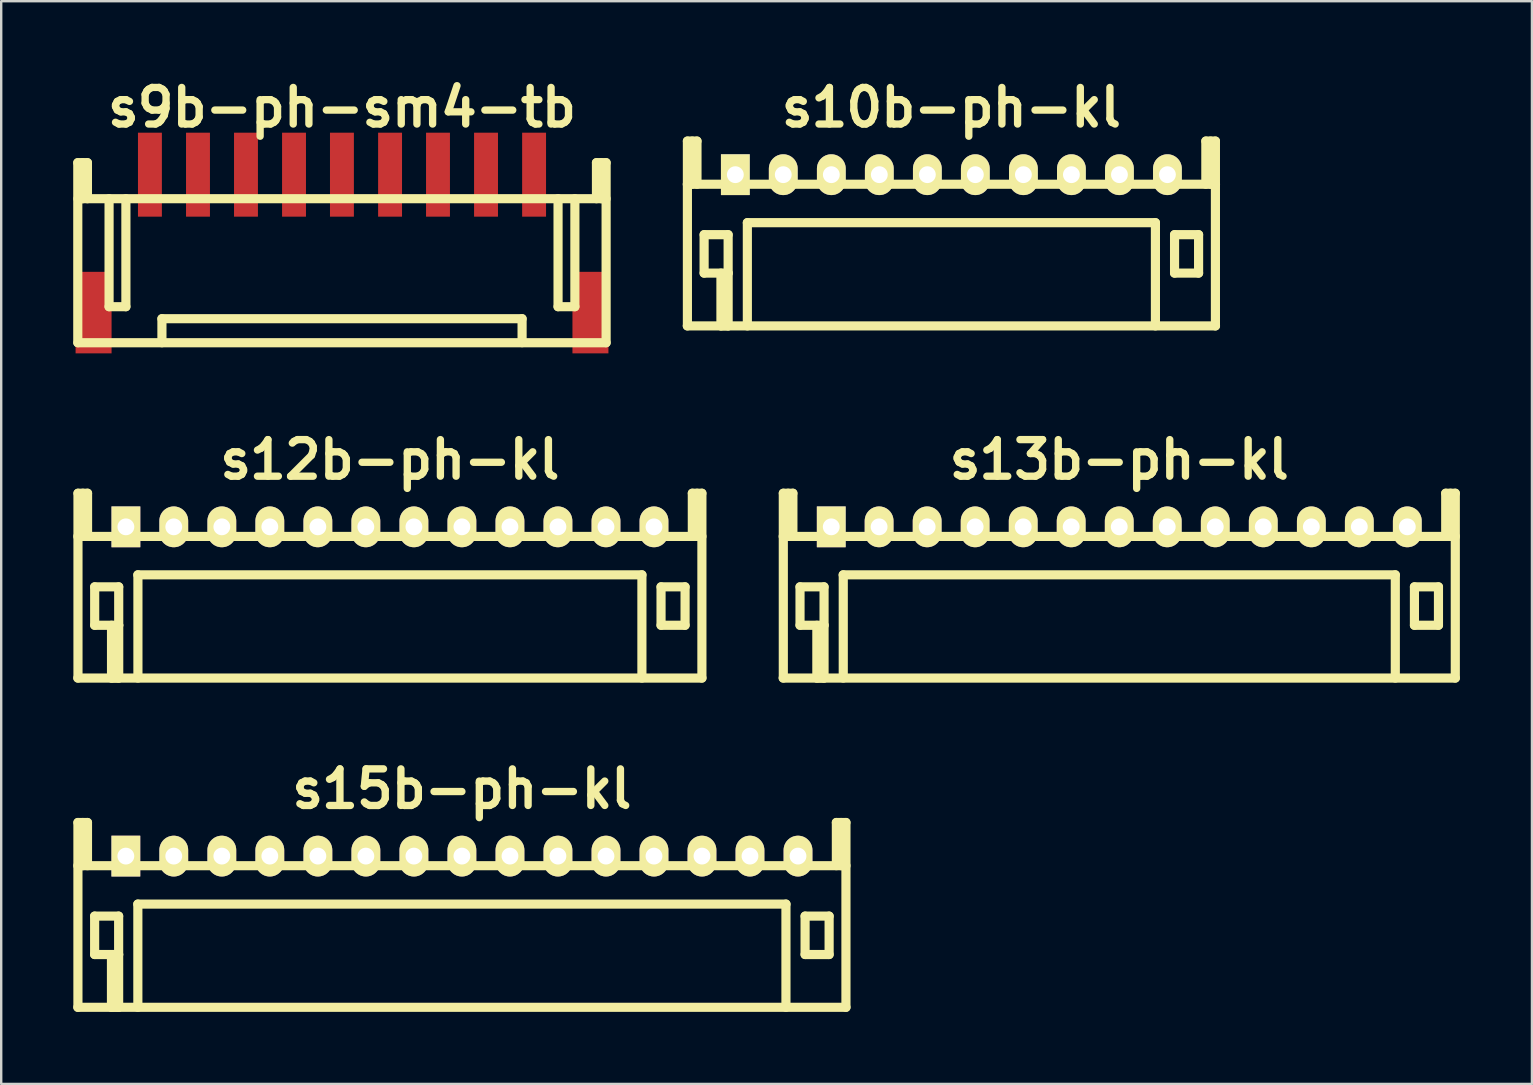
<source format=kicad_pcb>
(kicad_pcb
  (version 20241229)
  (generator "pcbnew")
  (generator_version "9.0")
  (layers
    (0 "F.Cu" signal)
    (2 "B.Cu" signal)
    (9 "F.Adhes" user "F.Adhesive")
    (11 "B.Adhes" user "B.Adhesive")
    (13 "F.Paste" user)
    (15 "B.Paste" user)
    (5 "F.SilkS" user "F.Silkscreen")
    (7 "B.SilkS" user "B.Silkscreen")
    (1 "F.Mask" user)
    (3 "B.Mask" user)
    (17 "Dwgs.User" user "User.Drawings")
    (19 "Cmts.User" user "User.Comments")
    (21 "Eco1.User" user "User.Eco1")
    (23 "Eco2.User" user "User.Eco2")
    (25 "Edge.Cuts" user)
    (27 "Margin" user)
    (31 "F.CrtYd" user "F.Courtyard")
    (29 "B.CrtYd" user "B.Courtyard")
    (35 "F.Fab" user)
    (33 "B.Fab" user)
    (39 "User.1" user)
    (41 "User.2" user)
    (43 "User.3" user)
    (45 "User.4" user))
  (footprint "s9b-ph-sm4-tb"
    (layer "F.Cu")
    (at 11.196 4.226)
    (property "Reference" "s9b-ph-sm4-tb" (at 0 -2.799 0) (layer "F.SilkS") (effects (font (size 1.524 1.524) (thickness 0.305))))
    (attr through_hole)
    (fp_line (start -11.006 7) (end -11.006 -0.5) (stroke (width 0.381) (type solid)) (layer "F.SilkS"))
    (fp_line (start -11.001 7) (end 11.001 7) (stroke (width 0.381) (type solid)) (layer "F.SilkS"))
    (fp_line (start -10.805 -0.5) (end -10.805 1.001) (stroke (width 0.381) (type solid)) (layer "F.SilkS"))
    (fp_line (start -10.604 -0.5) (end -11.006 -0.5) (stroke (width 0.381) (type solid)) (layer "F.SilkS"))
    (fp_line (start -10.604 1.001) (end -10.604 -0.5) (stroke (width 0.381) (type solid)) (layer "F.SilkS"))
    (fp_line (start -9.703 5.499) (end -9.703 1.001) (stroke (width 0.381) (type solid)) (layer "F.SilkS"))
    (fp_line (start -9.002 1.001) (end -9.002 5.499) (stroke (width 0.381) (type solid)) (layer "F.SilkS"))
    (fp_line (start -9.002 5.499) (end -9.703 5.499) (stroke (width 0.381) (type solid)) (layer "F.SilkS"))
    (fp_line (start -7.501 7) (end -7.501 5.999) (stroke (width 0.381) (type solid)) (layer "F.SilkS"))
    (fp_line (start 7.501 5.999) (end -7.501 5.999) (stroke (width 0.381) (type solid)) (layer "F.SilkS"))
    (fp_line (start 7.501 5.999) (end 7.501 6.998) (stroke (width 0.381) (type solid)) (layer "F.SilkS"))
    (fp_line (start 8.999 1.001) (end 8.999 5.499) (stroke (width 0.381) (type solid)) (layer "F.SilkS"))
    (fp_line (start 8.999 5.499) (end 9.7 5.499) (stroke (width 0.381) (type solid)) (layer "F.SilkS"))
    (fp_line (start 9.7 5.499) (end 9.7 1.001) (stroke (width 0.381) (type solid)) (layer "F.SilkS"))
    (fp_line (start 10.599 -0.5) (end 10.599 1.001) (stroke (width 0.381) (type solid)) (layer "F.SilkS"))
    (fp_line (start 10.8 1.001) (end 10.8 -0.5) (stroke (width 0.381) (type solid)) (layer "F.SilkS"))
    (fp_line (start 11.001 -0.5) (end 10.599 -0.5) (stroke (width 0.381) (type solid)) (layer "F.SilkS"))
    (fp_line (start 11.001 -0.5) (end 11.001 7) (stroke (width 0.381) (type solid)) (layer "F.SilkS"))
    (fp_line (start 11.001 1.001) (end -11.001 1.001) (stroke (width 0.381) (type solid)) (layer "F.SilkS"))
    (pad "" smd rect (at -10.348 5.745) (size 1.499 3.396) (layers "F.Cu" "F.Mask" "F.Paste"))
    (pad "" smd rect (at 10.348 5.745) (size 1.499 3.396) (layers "F.Cu" "F.Mask" "F.Paste"))
    (pad "1" smd rect (at -8.001 0) (size 0.996 3.498) (layers "F.Cu" "F.Mask" "F.Paste"))
    (pad "2" smd rect (at -5.999 0) (size 0.996 3.498) (layers "F.Cu" "F.Mask" "F.Paste"))
    (pad "3" smd rect (at -4 0) (size 0.996 3.498) (layers "F.Cu" "F.Mask" "F.Paste"))
    (pad "4" smd rect (at -1.999 0) (size 0.996 3.498) (layers "F.Cu" "F.Mask" "F.Paste"))
    (pad "5" smd rect (at -0.003 0) (size 0.996 3.498) (layers "F.Cu" "F.Mask" "F.Paste"))
    (pad "6" smd rect (at 2.002 0) (size 0.996 3.498) (layers "F.Cu" "F.Mask" "F.Paste"))
    (pad "7" smd rect (at 3.998 0) (size 0.996 3.498) (layers "F.Cu" "F.Mask" "F.Paste"))
    (pad "8" smd rect (at 5.999 0) (size 0.996 3.498) (layers "F.Cu" "F.Mask" "F.Paste"))
    (pad "9" smd rect (at 8.001 0) (size 0.996 3.498) (layers "F.Cu" "F.Mask" "F.Paste")))
  (footprint "s12b-ph-kl"
    (layer "F.Cu")
    (at 13.19 18.895)
    (property "Reference" "s12b-ph-kl" (at 0 -2.799 0) (layer "F.SilkS") (effects (font (size 1.524 1.524) (thickness 0.305))))
    (attr through_hole)
    (fp_line (start -13 0.399) (end 13 0.399) (stroke (width 0.381) (type solid)) (layer "F.SilkS"))
    (fp_line (start -13 6.299) (end 13 6.299) (stroke (width 0.381) (type solid)) (layer "F.SilkS"))
    (fp_line (start -12.992 -1.4) (end -12.992 6.299) (stroke (width 0.381) (type solid)) (layer "F.SilkS"))
    (fp_line (start -12.791 -1.4) (end -12.791 0.399) (stroke (width 0.381) (type solid)) (layer "F.SilkS"))
    (fp_line (start -12.593 -1.4) (end -12.992 -1.4) (stroke (width 0.381) (type solid)) (layer "F.SilkS"))
    (fp_line (start -12.593 0.399) (end -12.593 -1.4) (stroke (width 0.381) (type solid)) (layer "F.SilkS"))
    (fp_line (start -12.296 2.499) (end -11.295 2.499) (stroke (width 0.381) (type solid)) (layer "F.SilkS"))
    (fp_line (start -12.296 4.1) (end -12.296 2.499) (stroke (width 0.381) (type solid)) (layer "F.SilkS"))
    (fp_line (start -11.595 6.299) (end -11.595 4.1) (stroke (width 0.381) (type solid)) (layer "F.SilkS"))
    (fp_line (start -11.295 2.499) (end -11.295 4.1) (stroke (width 0.381) (type solid)) (layer "F.SilkS"))
    (fp_line (start -11.295 4.1) (end -12.296 4.1) (stroke (width 0.381) (type solid)) (layer "F.SilkS"))
    (fp_line (start -11.295 4.1) (end -11.295 6.299) (stroke (width 0.381) (type solid)) (layer "F.SilkS"))
    (fp_line (start -11.295 6.299) (end -11.595 6.299) (stroke (width 0.381) (type solid)) (layer "F.SilkS"))
    (fp_line (start -10.495 1.999) (end -10.495 6.299) (stroke (width 0.381) (type solid)) (layer "F.SilkS"))
    (fp_line (start 10.498 1.999) (end 10.498 6.299) (stroke (width 0.381) (type solid)) (layer "F.SilkS"))
    (fp_line (start 10.5 1.999) (end -10.5 1.999) (stroke (width 0.381) (type solid)) (layer "F.SilkS"))
    (fp_line (start 11.295 2.499) (end 12.296 2.499) (stroke (width 0.381) (type solid)) (layer "F.SilkS"))
    (fp_line (start 11.295 4.1) (end 11.295 2.499) (stroke (width 0.381) (type solid)) (layer "F.SilkS"))
    (fp_line (start 12.296 2.499) (end 12.296 4.1) (stroke (width 0.381) (type solid)) (layer "F.SilkS"))
    (fp_line (start 12.296 4.1) (end 11.295 4.1) (stroke (width 0.381) (type solid)) (layer "F.SilkS"))
    (fp_line (start 12.598 -1.4) (end 12.598 0.399) (stroke (width 0.381) (type solid)) (layer "F.SilkS"))
    (fp_line (start 12.797 -1.4) (end 12.797 0.399) (stroke (width 0.381) (type solid)) (layer "F.SilkS"))
    (fp_line (start 12.997 -1.4) (end 12.598 -1.4) (stroke (width 0.381) (type solid)) (layer "F.SilkS"))
    (fp_line (start 12.997 6.299) (end 12.997 -1.4) (stroke (width 0.381) (type solid)) (layer "F.SilkS"))
    (pad "1" thru_hole rect (at -10.996 0) (size 1.199 1.699) (drill 0.701) (layers "*.Cu" "*.Mask" "F.SilkS"))
    (pad "2" thru_hole oval (at -9.002 0) (size 1.199 1.699) (drill 0.701) (layers "*.Cu" "*.Mask" "F.SilkS"))
    (pad "3" thru_hole oval (at -7 0) (size 1.199 1.699) (drill 0.701) (layers "*.Cu" "*.Mask" "F.SilkS"))
    (pad "4" thru_hole oval (at -5.001 0) (size 1.199 1.699) (drill 0.701) (layers "*.Cu" "*.Mask" "F.SilkS"))
    (pad "5" thru_hole oval (at -3 0) (size 1.199 1.699) (drill 0.701) (layers "*.Cu" "*.Mask" "F.SilkS"))
    (pad "6" thru_hole oval (at -1.001 0) (size 1.199 1.699) (drill 0.701) (layers "*.Cu" "*.Mask" "F.SilkS"))
    (pad "7" thru_hole oval (at 1.001 0) (size 1.199 1.699) (drill 0.701) (layers "*.Cu" "*.Mask" "F.SilkS"))
    (pad "8" thru_hole oval (at 3 0) (size 1.199 1.699) (drill 0.701) (layers "*.Cu" "*.Mask" "F.SilkS"))
    (pad "9" thru_hole oval (at 5.001 0) (size 1.199 1.699) (drill 0.701) (layers "*.Cu" "*.Mask" "F.SilkS"))
    (pad "10" thru_hole oval (at 7 0) (size 1.199 1.699) (drill 0.701) (layers "*.Cu" "*.Mask" "F.SilkS"))
    (pad "11" thru_hole oval (at 9.002 0) (size 1.199 1.699) (drill 0.701) (layers "*.Cu" "*.Mask" "F.SilkS"))
    (pad "12" thru_hole oval (at 11.001 0) (size 1.199 1.699) (drill 0.701) (layers "*.Cu" "*.Mask" "F.SilkS")))
  (footprint "s15b-ph-kl"
    (layer "F.Cu")
    (at 16.19 32.61)
    (property "Reference" "s15b-ph-kl" (at 0 -2.799 0) (layer "F.SilkS") (effects (font (size 1.524 1.524) (thickness 0.305))))
    (attr through_hole)
    (fp_line (start -15.994 -1.4) (end -15.994 6.299) (stroke (width 0.381) (type solid)) (layer "F.SilkS"))
    (fp_line (start -15.794 -1.4) (end -15.794 0.399) (stroke (width 0.381) (type solid)) (layer "F.SilkS"))
    (fp_line (start -15.596 -1.4) (end -15.994 -1.4) (stroke (width 0.381) (type solid)) (layer "F.SilkS"))
    (fp_line (start -15.596 0.399) (end -15.596 -1.4) (stroke (width 0.381) (type solid)) (layer "F.SilkS"))
    (fp_line (start -15.298 2.499) (end -14.298 2.499) (stroke (width 0.381) (type solid)) (layer "F.SilkS"))
    (fp_line (start -15.298 4.1) (end -15.298 2.499) (stroke (width 0.381) (type solid)) (layer "F.SilkS"))
    (fp_line (start -14.597 6.299) (end -14.597 4.1) (stroke (width 0.381) (type solid)) (layer "F.SilkS"))
    (fp_line (start -14.298 2.499) (end -14.298 4.1) (stroke (width 0.381) (type solid)) (layer "F.SilkS"))
    (fp_line (start -14.298 4.1) (end -15.298 4.1) (stroke (width 0.381) (type solid)) (layer "F.SilkS"))
    (fp_line (start -14.298 4.1) (end -14.298 6.299) (stroke (width 0.381) (type solid)) (layer "F.SilkS"))
    (fp_line (start -14.298 6.299) (end -14.597 6.299) (stroke (width 0.381) (type solid)) (layer "F.SilkS"))
    (fp_line (start -13.5 1.999) (end 13.5 1.999) (stroke (width 0.381) (type solid)) (layer "F.SilkS"))
    (fp_line (start -13.498 1.999) (end -13.498 6.299) (stroke (width 0.381) (type solid)) (layer "F.SilkS"))
    (fp_line (start 13.498 1.999) (end 13.498 6.299) (stroke (width 0.381) (type solid)) (layer "F.SilkS"))
    (fp_line (start 14.295 2.499) (end 15.296 2.499) (stroke (width 0.381) (type solid)) (layer "F.SilkS"))
    (fp_line (start 14.295 4.1) (end 14.295 2.499) (stroke (width 0.381) (type solid)) (layer "F.SilkS"))
    (fp_line (start 15.296 2.499) (end 15.296 4.1) (stroke (width 0.381) (type solid)) (layer "F.SilkS"))
    (fp_line (start 15.296 4.1) (end 14.295 4.1) (stroke (width 0.381) (type solid)) (layer "F.SilkS"))
    (fp_line (start 15.598 -1.4) (end 15.598 0.399) (stroke (width 0.381) (type solid)) (layer "F.SilkS"))
    (fp_line (start 15.796 -1.4) (end 15.796 0.399) (stroke (width 0.381) (type solid)) (layer "F.SilkS"))
    (fp_line (start 15.997 -1.4) (end 15.598 -1.4) (stroke (width 0.381) (type solid)) (layer "F.SilkS"))
    (fp_line (start 15.997 6.299) (end 15.997 -1.4) (stroke (width 0.381) (type solid)) (layer "F.SilkS"))
    (fp_line (start 15.999 0.399) (end -15.999 0.399) (stroke (width 0.381) (type solid)) (layer "F.SilkS"))
    (fp_line (start 15.999 6.299) (end -15.999 6.299) (stroke (width 0.381) (type solid)) (layer "F.SilkS"))
    (pad "1" thru_hole rect (at -13.998 0) (size 1.199 1.699) (drill 0.701) (layers "*.Cu" "*.Mask" "F.SilkS"))
    (pad "2" thru_hole oval (at -12.002 0) (size 1.199 1.699) (drill 0.701) (layers "*.Cu" "*.Mask" "F.SilkS"))
    (pad "3" thru_hole oval (at -10 0) (size 1.199 1.699) (drill 0.701) (layers "*.Cu" "*.Mask" "F.SilkS"))
    (pad "4" thru_hole oval (at -8.001 0) (size 1.199 1.699) (drill 0.701) (layers "*.Cu" "*.Mask" "F.SilkS"))
    (pad "5" thru_hole oval (at -5.999 0) (size 1.199 1.699) (drill 0.701) (layers "*.Cu" "*.Mask" "F.SilkS"))
    (pad "6" thru_hole oval (at -4 0) (size 1.199 1.699) (drill 0.701) (layers "*.Cu" "*.Mask" "F.SilkS"))
    (pad "7" thru_hole oval (at -1.999 0) (size 1.199 1.699) (drill 0.701) (layers "*.Cu" "*.Mask" "F.SilkS"))
    (pad "8" thru_hole oval (at 0 0) (size 1.199 1.699) (drill 0.701) (layers "*.Cu" "*.Mask" "F.SilkS"))
    (pad "9" thru_hole oval (at 2.002 0) (size 1.199 1.699) (drill 0.701) (layers "*.Cu" "*.Mask" "F.SilkS"))
    (pad "10" thru_hole oval (at 4 0) (size 1.199 1.699) (drill 0.701) (layers "*.Cu" "*.Mask" "F.SilkS"))
    (pad "11" thru_hole oval (at 6.002 0) (size 1.199 1.699) (drill 0.701) (layers "*.Cu" "*.Mask" "F.SilkS"))
    (pad "12" thru_hole oval (at 8.001 0) (size 1.199 1.699) (drill 0.701) (layers "*.Cu" "*.Mask" "F.SilkS"))
    (pad "13" thru_hole oval (at 10 0) (size 1.199 1.699) (drill 0.701) (layers "*.Cu" "*.Mask" "F.SilkS"))
    (pad "14" thru_hole oval (at 11.999 0) (size 1.199 1.699) (drill 0.701) (layers "*.Cu" "*.Mask" "F.SilkS"))
    (pad "15" thru_hole oval (at 14 0) (size 1.199 1.699) (drill 0.701) (layers "*.Cu" "*.Mask" "F.SilkS")))
  (footprint "s13b-ph-kl"
    (layer "F.Cu")
    (at 43.571 18.895)
    (property "Reference" "s13b-ph-kl" (at 0 -2.799 0) (layer "F.SilkS") (effects (font (size 1.524 1.524) (thickness 0.305))))
    (attr through_hole)
    (fp_line (start -13.993 -1.4) (end -13.993 6.299) (stroke (width 0.381) (type solid)) (layer "F.SilkS"))
    (fp_line (start -13.792 -1.4) (end -13.792 0.399) (stroke (width 0.381) (type solid)) (layer "F.SilkS"))
    (fp_line (start -13.594 -1.4) (end -13.993 -1.4) (stroke (width 0.381) (type solid)) (layer "F.SilkS"))
    (fp_line (start -13.594 0.399) (end -13.594 -1.4) (stroke (width 0.381) (type solid)) (layer "F.SilkS"))
    (fp_line (start -13.297 2.499) (end -12.296 2.499) (stroke (width 0.381) (type solid)) (layer "F.SilkS"))
    (fp_line (start -13.297 4.1) (end -13.297 2.499) (stroke (width 0.381) (type solid)) (layer "F.SilkS"))
    (fp_line (start -12.596 6.299) (end -12.596 4.1) (stroke (width 0.381) (type solid)) (layer "F.SilkS"))
    (fp_line (start -12.296 2.499) (end -12.296 4.1) (stroke (width 0.381) (type solid)) (layer "F.SilkS"))
    (fp_line (start -12.296 4.1) (end -13.297 4.1) (stroke (width 0.381) (type solid)) (layer "F.SilkS"))
    (fp_line (start -12.296 4.1) (end -12.296 6.299) (stroke (width 0.381) (type solid)) (layer "F.SilkS"))
    (fp_line (start -12.296 6.299) (end -12.596 6.299) (stroke (width 0.381) (type solid)) (layer "F.SilkS"))
    (fp_line (start -11.501 1.999) (end 11.501 1.999) (stroke (width 0.381) (type solid)) (layer "F.SilkS"))
    (fp_line (start -11.496 1.999) (end -11.496 6.299) (stroke (width 0.381) (type solid)) (layer "F.SilkS"))
    (fp_line (start 11.499 1.999) (end 11.499 6.299) (stroke (width 0.381) (type solid)) (layer "F.SilkS"))
    (fp_line (start 12.296 2.499) (end 13.297 2.499) (stroke (width 0.381) (type solid)) (layer "F.SilkS"))
    (fp_line (start 12.296 4.1) (end 12.296 2.499) (stroke (width 0.381) (type solid)) (layer "F.SilkS"))
    (fp_line (start 13.297 2.499) (end 13.297 4.1) (stroke (width 0.381) (type solid)) (layer "F.SilkS"))
    (fp_line (start 13.297 4.1) (end 12.296 4.1) (stroke (width 0.381) (type solid)) (layer "F.SilkS"))
    (fp_line (start 13.599 -1.4) (end 13.599 0.399) (stroke (width 0.381) (type solid)) (layer "F.SilkS"))
    (fp_line (start 13.797 -1.4) (end 13.797 0.399) (stroke (width 0.381) (type solid)) (layer "F.SilkS"))
    (fp_line (start 13.998 -1.4) (end 13.599 -1.4) (stroke (width 0.381) (type solid)) (layer "F.SilkS"))
    (fp_line (start 13.998 6.299) (end 13.998 -1.4) (stroke (width 0.381) (type solid)) (layer "F.SilkS"))
    (fp_line (start 14 0.399) (end -14 0.399) (stroke (width 0.381) (type solid)) (layer "F.SilkS"))
    (fp_line (start 14 6.299) (end -14 6.299) (stroke (width 0.381) (type solid)) (layer "F.SilkS"))
    (pad "1" thru_hole rect (at -11.996 0) (size 1.199 1.699) (drill 0.701) (layers "*.Cu" "*.Mask" "F.SilkS"))
    (pad "2" thru_hole oval (at -10.003 0) (size 1.199 1.699) (drill 0.701) (layers "*.Cu" "*.Mask" "F.SilkS"))
    (pad "3" thru_hole oval (at -8.001 0) (size 1.199 1.699) (drill 0.701) (layers "*.Cu" "*.Mask" "F.SilkS"))
    (pad "4" thru_hole oval (at -6.002 0) (size 1.199 1.699) (drill 0.701) (layers "*.Cu" "*.Mask" "F.SilkS"))
    (pad "5" thru_hole oval (at -4 0) (size 1.199 1.699) (drill 0.701) (layers "*.Cu" "*.Mask" "F.SilkS"))
    (pad "6" thru_hole oval (at -2.002 0) (size 1.199 1.699) (drill 0.701) (layers "*.Cu" "*.Mask" "F.SilkS"))
    (pad "7" thru_hole oval (at 0 0) (size 1.199 1.699) (drill 0.701) (layers "*.Cu" "*.Mask" "F.SilkS"))
    (pad "8" thru_hole oval (at 1.999 0) (size 1.199 1.699) (drill 0.701) (layers "*.Cu" "*.Mask" "F.SilkS"))
    (pad "9" thru_hole oval (at 4 0) (size 1.199 1.699) (drill 0.701) (layers "*.Cu" "*.Mask" "F.SilkS"))
    (pad "10" thru_hole oval (at 5.999 0) (size 1.199 1.699) (drill 0.701) (layers "*.Cu" "*.Mask" "F.SilkS"))
    (pad "11" thru_hole oval (at 8.001 0) (size 1.199 1.699) (drill 0.701) (layers "*.Cu" "*.Mask" "F.SilkS"))
    (pad "12" thru_hole oval (at 10 0) (size 1.199 1.699) (drill 0.701) (layers "*.Cu" "*.Mask" "F.SilkS"))
    (pad "13" thru_hole oval (at 11.999 0) (size 1.199 1.699) (drill 0.701) (layers "*.Cu" "*.Mask" "F.SilkS")))
  (footprint "s10b-ph-kl"
    (layer "F.Cu")
    (at 36.579 4.226)
    (property "Reference" "s10b-ph-kl" (at 0 -2.799 0) (layer "F.SilkS") (effects (font (size 1.524 1.524) (thickness 0.305))))
    (attr through_hole)
    (fp_line (start -11.001 0.399) (end 11.001 0.399) (stroke (width 0.381) (type solid)) (layer "F.SilkS"))
    (fp_line (start -11.001 6.299) (end 11.001 6.299) (stroke (width 0.381) (type solid)) (layer "F.SilkS"))
    (fp_line (start -10.996 -1.4) (end -10.996 6.299) (stroke (width 0.381) (type solid)) (layer "F.SilkS"))
    (fp_line (start -10.795 -1.4) (end -10.795 0.399) (stroke (width 0.381) (type solid)) (layer "F.SilkS"))
    (fp_line (start -10.597 -1.4) (end -10.996 -1.4) (stroke (width 0.381) (type solid)) (layer "F.SilkS"))
    (fp_line (start -10.597 0.399) (end -10.597 -1.4) (stroke (width 0.381) (type solid)) (layer "F.SilkS"))
    (fp_line (start -10.3 2.499) (end -9.299 2.499) (stroke (width 0.381) (type solid)) (layer "F.SilkS"))
    (fp_line (start -10.3 4.1) (end -10.3 2.499) (stroke (width 0.381) (type solid)) (layer "F.SilkS"))
    (fp_line (start -9.599 6.299) (end -9.599 4.1) (stroke (width 0.381) (type solid)) (layer "F.SilkS"))
    (fp_line (start -9.299 2.499) (end -9.299 4.1) (stroke (width 0.381) (type solid)) (layer "F.SilkS"))
    (fp_line (start -9.299 4.1) (end -10.3 4.1) (stroke (width 0.381) (type solid)) (layer "F.SilkS"))
    (fp_line (start -9.299 4.1) (end -9.299 6.299) (stroke (width 0.381) (type solid)) (layer "F.SilkS"))
    (fp_line (start -9.299 6.299) (end -9.599 6.299) (stroke (width 0.381) (type solid)) (layer "F.SilkS"))
    (fp_line (start -8.499 1.999) (end -8.499 6.299) (stroke (width 0.381) (type solid)) (layer "F.SilkS"))
    (fp_line (start 8.499 1.999) (end -8.499 1.999) (stroke (width 0.381) (type solid)) (layer "F.SilkS"))
    (fp_line (start 8.499 1.999) (end 8.499 6.299) (stroke (width 0.381) (type solid)) (layer "F.SilkS"))
    (fp_line (start 9.296 2.499) (end 10.297 2.499) (stroke (width 0.381) (type solid)) (layer "F.SilkS"))
    (fp_line (start 9.296 4.1) (end 9.296 2.499) (stroke (width 0.381) (type solid)) (layer "F.SilkS"))
    (fp_line (start 10.297 2.499) (end 10.297 4.1) (stroke (width 0.381) (type solid)) (layer "F.SilkS"))
    (fp_line (start 10.297 4.1) (end 9.296 4.1) (stroke (width 0.381) (type solid)) (layer "F.SilkS"))
    (fp_line (start 10.599 -1.4) (end 10.599 0.399) (stroke (width 0.381) (type solid)) (layer "F.SilkS"))
    (fp_line (start 10.798 -1.4) (end 10.798 0.399) (stroke (width 0.381) (type solid)) (layer "F.SilkS"))
    (fp_line (start 10.998 -1.4) (end 10.599 -1.4) (stroke (width 0.381) (type solid)) (layer "F.SilkS"))
    (fp_line (start 10.998 6.299) (end 10.998 -1.4) (stroke (width 0.381) (type solid)) (layer "F.SilkS"))
    (pad "1" thru_hole rect (at -8.999 0) (size 1.199 1.699) (drill 0.701) (layers "*.Cu" "*.Mask" "F.SilkS"))
    (pad "2" thru_hole oval (at -7.003 0) (size 1.199 1.699) (drill 0.701) (layers "*.Cu" "*.Mask" "F.SilkS"))
    (pad "3" thru_hole oval (at -5.001 0) (size 1.199 1.699) (drill 0.701) (layers "*.Cu" "*.Mask" "F.SilkS"))
    (pad "4" thru_hole oval (at -3.002 0) (size 1.199 1.699) (drill 0.701) (layers "*.Cu" "*.Mask" "F.SilkS"))
    (pad "5" thru_hole oval (at -1.001 0) (size 1.199 1.699) (drill 0.701) (layers "*.Cu" "*.Mask" "F.SilkS"))
    (pad "6" thru_hole oval (at 0.998 0) (size 1.199 1.699) (drill 0.701) (layers "*.Cu" "*.Mask" "F.SilkS"))
    (pad "7" thru_hole oval (at 3 0) (size 1.199 1.699) (drill 0.701) (layers "*.Cu" "*.Mask" "F.SilkS"))
    (pad "8" thru_hole oval (at 4.999 0) (size 1.199 1.699) (drill 0.701) (layers "*.Cu" "*.Mask" "F.SilkS"))
    (pad "9" thru_hole oval (at 7 0) (size 1.199 1.699) (drill 0.701) (layers "*.Cu" "*.Mask" "F.SilkS"))
    (pad "10" thru_hole oval (at 8.999 0) (size 1.199 1.699) (drill 0.701) (layers "*.Cu" "*.Mask" "F.SilkS")))
  (gr_rect
    (start -3 -3)
    (end 60.762 42.1)
    (stroke (width 0.1) (type default))
    (fill no)
    (layer "Edge.Cuts")))
</source>
